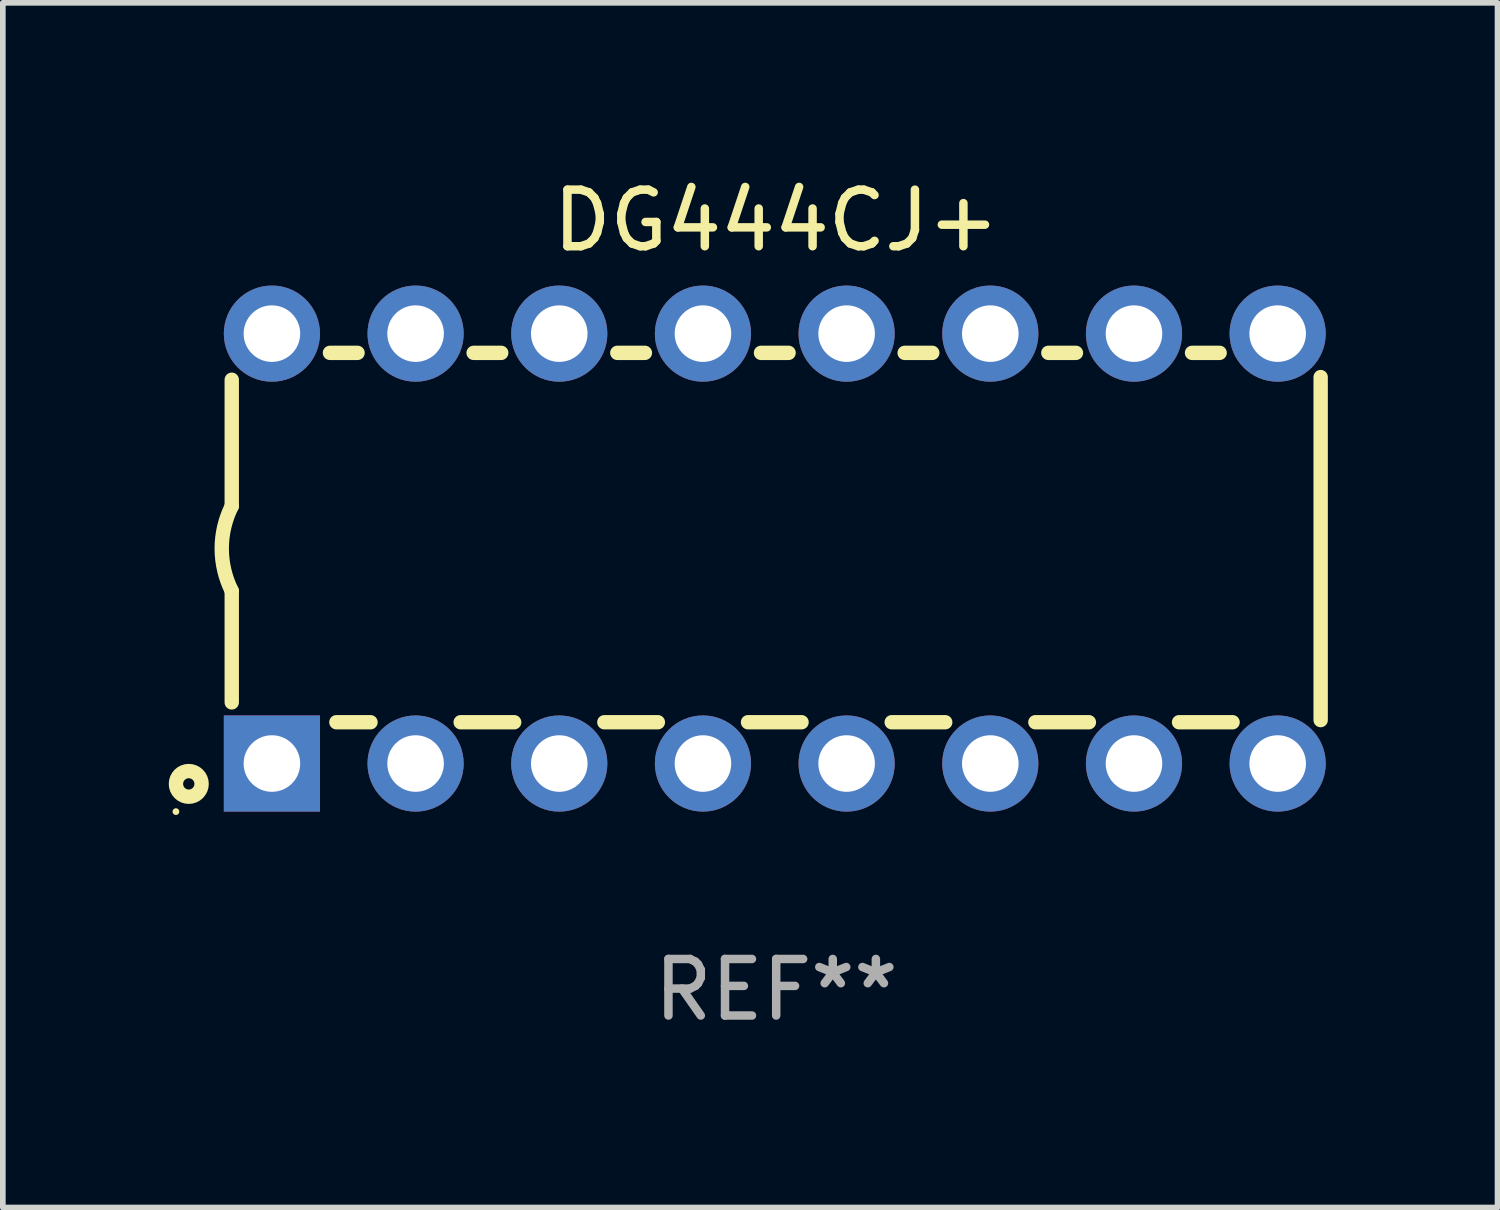
<source format=kicad_pcb>
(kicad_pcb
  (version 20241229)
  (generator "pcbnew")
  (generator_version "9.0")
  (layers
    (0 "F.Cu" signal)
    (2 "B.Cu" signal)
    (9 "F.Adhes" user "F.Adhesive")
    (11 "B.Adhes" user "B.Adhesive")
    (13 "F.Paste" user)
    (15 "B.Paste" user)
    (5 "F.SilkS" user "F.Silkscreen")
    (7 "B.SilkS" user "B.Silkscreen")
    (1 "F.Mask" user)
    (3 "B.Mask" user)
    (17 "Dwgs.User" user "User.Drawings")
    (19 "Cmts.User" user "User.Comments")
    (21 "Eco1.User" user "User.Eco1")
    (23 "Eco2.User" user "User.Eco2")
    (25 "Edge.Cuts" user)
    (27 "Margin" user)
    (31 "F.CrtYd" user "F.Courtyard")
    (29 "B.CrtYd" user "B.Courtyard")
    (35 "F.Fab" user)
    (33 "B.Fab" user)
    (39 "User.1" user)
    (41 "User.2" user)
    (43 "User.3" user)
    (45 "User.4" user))
  (footprint "DG444CJ+"
    (layer "F.Cu")
    (at 10.672 6.648)
    (property "Reference" "DG444CJ+" (at 0 -5.8 0) (layer "F.SilkS") (effects (font (size 1 1) (thickness 0.15))))
    (attr through_hole)
    (fp_line (start -9.625 -0.75) (end -9.625 -2.985) (stroke (width 0.254) (type solid)) (layer "F.SilkS"))
    (fp_line (start -9.625 0.749) (end -9.625 2.719) (stroke (width 0.254) (type solid)) (layer "F.SilkS"))
    (fp_line (start -7.889 -3.46) (end -7.401 -3.46) (stroke (width 0.254) (type solid)) (layer "F.SilkS"))
    (fp_line (start -7.775 3.07) (end -7.172 3.07) (stroke (width 0.254) (type solid)) (layer "F.SilkS"))
    (fp_line (start -5.578 3.07) (end -4.632 3.07) (stroke (width 0.254) (type solid)) (layer "F.SilkS"))
    (fp_line (start -5.349 -3.46) (end -4.861 -3.46) (stroke (width 0.254) (type solid)) (layer "F.SilkS"))
    (fp_line (start -3.038 3.07) (end -2.092 3.07) (stroke (width 0.254) (type solid)) (layer "F.SilkS"))
    (fp_line (start -2.809 -3.46) (end -2.321 -3.46) (stroke (width 0.254) (type solid)) (layer "F.SilkS"))
    (fp_line (start -0.498 3.07) (end 0.448 3.07) (stroke (width 0.254) (type solid)) (layer "F.SilkS"))
    (fp_line (start -0.269 -3.46) (end 0.219 -3.46) (stroke (width 0.254) (type solid)) (layer "F.SilkS"))
    (fp_line (start 2.042 3.07) (end 2.988 3.07) (stroke (width 0.254) (type solid)) (layer "F.SilkS"))
    (fp_line (start 2.271 -3.46) (end 2.759 -3.46) (stroke (width 0.254) (type solid)) (layer "F.SilkS"))
    (fp_line (start 4.582 3.07) (end 5.528 3.07) (stroke (width 0.254) (type solid)) (layer "F.SilkS"))
    (fp_line (start 4.811 -3.46) (end 5.299 -3.46) (stroke (width 0.254) (type solid)) (layer "F.SilkS"))
    (fp_line (start 7.122 3.07) (end 8.068 3.07) (stroke (width 0.254) (type solid)) (layer "F.SilkS"))
    (fp_line (start 7.351 -3.46) (end 7.839 -3.46) (stroke (width 0.254) (type solid)) (layer "F.SilkS"))
    (fp_line (start 9.625 3.032) (end 9.625 -3.032) (stroke (width 0.254) (type solid)) (layer "F.SilkS"))
    (fp_arc (start -9.62498 0.748819) (mid -9.801899 -0.000581) (end -9.625006 -0.749987) (stroke (width 0.254001) (type solid)) (layer "F.SilkS"))
    (fp_circle (center -10.612 4.65) (end -10.582 4.65) (stroke (width 0.06) (type solid)) (fill no) (layer "F.SilkS"))
    (fp_circle (center -10.385 4.16) (end -10.285 4.16) (stroke (width 0.254) (type solid)) (fill no) (layer "F.SilkS"))
    (fp_text user "REF**" (at 0 7.8 0) (layer "F.Fab") (effects (font (size 1 1) (thickness 0.15))))
    (pad "1" thru_hole rect (at -8.915 3.8 90) (size 1.7 1.7) (drill 1) (layers "*.Cu" "*.Mask"))
    (pad "2" thru_hole circle (at -6.375 3.8) (size 1.7 1.7) (drill 1) (layers "*.Cu" "*.Mask"))
    (pad "3" thru_hole circle (at -3.835 3.8) (size 1.7 1.7) (drill 1) (layers "*.Cu" "*.Mask"))
    (pad "4" thru_hole circle (at -1.295 3.8) (size 1.7 1.7) (drill 1) (layers "*.Cu" "*.Mask"))
    (pad "5" thru_hole circle (at 1.245 3.8) (size 1.7 1.7) (drill 1) (layers "*.Cu" "*.Mask"))
    (pad "6" thru_hole circle (at 3.785 3.8) (size 1.7 1.7) (drill 1) (layers "*.Cu" "*.Mask"))
    (pad "7" thru_hole circle (at 6.325 3.8) (size 1.7 1.7) (drill 1) (layers "*.Cu" "*.Mask"))
    (pad "8" thru_hole circle (at 8.865 3.8) (size 1.7 1.7) (drill 1) (layers "*.Cu" "*.Mask"))
    (pad "9" thru_hole circle (at 8.865 -3.8) (size 1.7 1.7) (drill 1) (layers "*.Cu" "*.Mask"))
    (pad "10" thru_hole circle (at 6.325 -3.8) (size 1.7 1.7) (drill 1) (layers "*.Cu" "*.Mask"))
    (pad "11" thru_hole circle (at 3.785 -3.8) (size 1.7 1.7) (drill 1) (layers "*.Cu" "*.Mask"))
    (pad "12" thru_hole circle (at 1.245 -3.8) (size 1.7 1.7) (drill 1) (layers "*.Cu" "*.Mask"))
    (pad "13" thru_hole circle (at -1.295 -3.8) (size 1.7 1.7) (drill 1) (layers "*.Cu" "*.Mask"))
    (pad "14" thru_hole circle (at -3.835 -3.8) (size 1.7 1.7) (drill 1) (layers "*.Cu" "*.Mask"))
    (pad "15" thru_hole circle (at -6.375 -3.8) (size 1.7 1.7) (drill 1) (layers "*.Cu" "*.Mask"))
    (pad "16" thru_hole circle (at -8.915 -3.8) (size 1.7 1.7) (drill 1) (layers "*.Cu" "*.Mask")))
  (gr_rect
    (start -3 -3)
    (end 23.424 18.297)
    (stroke (width 0.1) (type default))
    (fill no)
    (layer "Edge.Cuts")))
</source>
